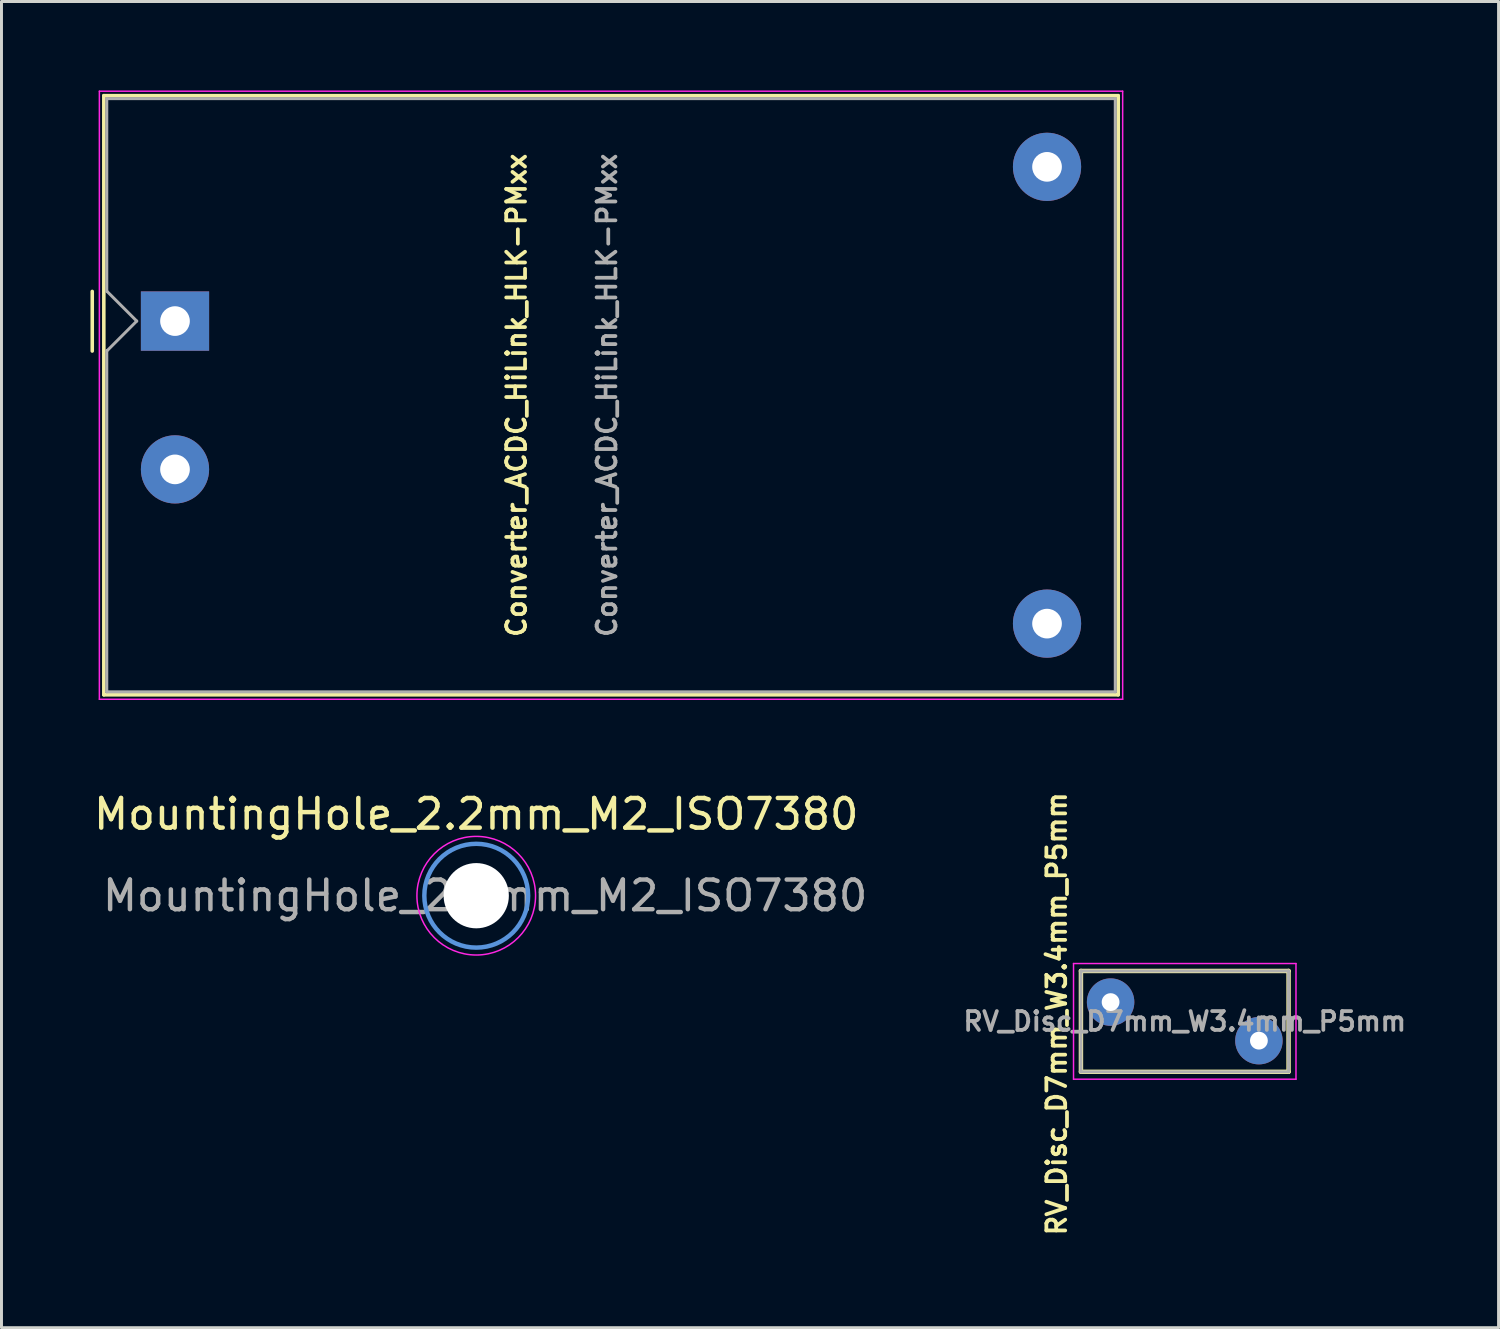
<source format=kicad_pcb>
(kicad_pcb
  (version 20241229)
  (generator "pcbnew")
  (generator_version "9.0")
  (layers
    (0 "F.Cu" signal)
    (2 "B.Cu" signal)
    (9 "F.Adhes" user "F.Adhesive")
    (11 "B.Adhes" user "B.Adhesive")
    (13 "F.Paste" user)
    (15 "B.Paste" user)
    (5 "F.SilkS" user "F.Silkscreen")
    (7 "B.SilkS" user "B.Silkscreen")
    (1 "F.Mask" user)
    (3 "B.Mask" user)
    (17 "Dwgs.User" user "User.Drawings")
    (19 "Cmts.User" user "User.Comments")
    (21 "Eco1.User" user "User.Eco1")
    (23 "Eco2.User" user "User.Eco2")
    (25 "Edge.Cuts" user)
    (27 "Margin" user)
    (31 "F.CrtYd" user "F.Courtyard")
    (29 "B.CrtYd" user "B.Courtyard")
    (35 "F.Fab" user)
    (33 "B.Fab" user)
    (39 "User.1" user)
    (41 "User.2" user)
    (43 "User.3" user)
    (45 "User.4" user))
  (footprint "MountingHole_2.2mm_M2_ISO7380"
    (layer "F.Cu")
    (at 13.006 27.148)
    (property "Reference" "MountingHole_2.2mm_M2_ISO7380" (at 0 -2.75 180) (layer "F.SilkS") (effects (font (size 1 1) (thickness 0.15))))
    (attr exclude_from_pos_files exclude_from_bom)
    (fp_circle (center 0 0) (end 1.75 0) (stroke (width 0.15) (type solid)) (fill no) (layer "Cmts.User"))
    (fp_circle (center 0 0) (end 2 0) (stroke (width 0.05) (type solid)) (fill no) (layer "F.CrtYd"))
    (fp_text user "${REFERENCE}" (at 0.3 0 180) (layer "F.Fab") (effects (font (size 1 1) (thickness 0.15))))
    (pad "" np_thru_hole circle (at 0 0) (size 2.2 2.2) (drill 2.2) (layers "*.Cu" "*.Mask")))
  (footprint "RV_Disc_D7mm_W3.4mm_P5mm"
    (layer "F.Cu")
    (at 34.393 30.735)
    (property "Reference" "RV_Disc_D7mm_W3.4mm_P5mm" (at -1.818 0.396 90) (layer "F.SilkS") (effects (font (size 0.635 0.635) (thickness 0.127))))
    (attr through_hole)
    (fp_line (start -1 -1.05) (end -1 2.35) (stroke (width 0.15) (type solid)) (layer "F.SilkS"))
    (fp_line (start -1 -1.05) (end 6 -1.05) (stroke (width 0.15) (type solid)) (layer "F.SilkS"))
    (fp_line (start -1 2.35) (end 6 2.35) (stroke (width 0.15) (type solid)) (layer "F.SilkS"))
    (fp_line (start 6 -1.05) (end 6 2.35) (stroke (width 0.15) (type solid)) (layer "F.SilkS"))
    (fp_line (start -1.25 -1.3) (end -1.25 2.6) (stroke (width 0.05) (type solid)) (layer "F.CrtYd"))
    (fp_line (start -1.25 -1.3) (end 6.25 -1.3) (stroke (width 0.05) (type solid)) (layer "F.CrtYd"))
    (fp_line (start -1.25 2.6) (end 6.25 2.6) (stroke (width 0.05) (type solid)) (layer "F.CrtYd"))
    (fp_line (start 6.25 -1.3) (end 6.25 2.6) (stroke (width 0.05) (type solid)) (layer "F.CrtYd"))
    (fp_line (start -1 -1.05) (end -1 2.35) (stroke (width 0.1) (type solid)) (layer "F.Fab"))
    (fp_line (start -1 -1.05) (end 6 -1.05) (stroke (width 0.1) (type solid)) (layer "F.Fab"))
    (fp_line (start -1 2.35) (end 6 2.35) (stroke (width 0.1) (type solid)) (layer "F.Fab"))
    (fp_line (start 6 -1.05) (end 6 2.35) (stroke (width 0.1) (type solid)) (layer "F.Fab"))
    (fp_text user "${REFERENCE}" (at 2.5 0.65 180) (layer "F.Fab") (effects (font (size 0.635 0.635) (thickness 0.127))))
    (pad "1" thru_hole circle (at 0 0) (size 1.6 1.6) (drill 0.6) (layers "*.Cu" "*.Mask"))
    (pad "2" thru_hole circle (at 5 1.3) (size 1.6 1.6) (drill 0.6) (layers "*.Cu" "*.Mask")))
  (footprint "Converter_ACDC_HiLink_HLK-PMxx"
    (layer "F.Cu")
    (at 2.85 7.775)
    (property "Reference" "Converter_ACDC_HiLink_HLK-PMxx" (at 11.514 2.5 90) (layer "F.SilkS") (effects (font (size 0.635 0.635) (thickness 0.127))))
    (attr through_hole)
    (fp_line (start -2.79 -1) (end -2.79 1.01) (stroke (width 0.12) (type solid)) (layer "F.SilkS"))
    (fp_line (start -2.4 -7.6) (end -2.4 12.6) (stroke (width 0.12) (type solid)) (layer "F.SilkS"))
    (fp_line (start -2.4 12.6) (end 31.8 12.6) (stroke (width 0.12) (type solid)) (layer "F.SilkS"))
    (fp_line (start 31.8 -7.6) (end -2.4 -7.6) (stroke (width 0.12) (type solid)) (layer "F.SilkS"))
    (fp_line (start 31.8 12.6) (end 31.8 -7.6) (stroke (width 0.12) (type solid)) (layer "F.SilkS"))
    (fp_line (start -2.55 -7.75) (end -2.55 12.75) (stroke (width 0.05) (type solid)) (layer "F.CrtYd"))
    (fp_line (start -2.55 12.75) (end 31.95 12.75) (stroke (width 0.05) (type solid)) (layer "F.CrtYd"))
    (fp_line (start 31.95 -7.75) (end -2.55 -7.75) (stroke (width 0.05) (type solid)) (layer "F.CrtYd"))
    (fp_line (start 31.95 12.75) (end 31.95 -7.75) (stroke (width 0.05) (type solid)) (layer "F.CrtYd"))
    (fp_line (start -2.3 -7.5) (end 31.7 -7.5) (stroke (width 0.1) (type solid)) (layer "F.Fab"))
    (fp_line (start -2.3 -1) (end -2.3 -7.5) (stroke (width 0.1) (type solid)) (layer "F.Fab"))
    (fp_line (start -2.3 12.5) (end -2.3 0.99) (stroke (width 0.1) (type solid)) (layer "F.Fab"))
    (fp_line (start -2.3 12.5) (end 31.7 12.5) (stroke (width 0.1) (type solid)) (layer "F.Fab"))
    (fp_line (start -2.29 -1) (end -1.29 0) (stroke (width 0.1) (type solid)) (layer "F.Fab"))
    (fp_line (start -1.29 0) (end -2.29 1) (stroke (width 0.1) (type solid)) (layer "F.Fab"))
    (fp_line (start 31.7 12.5) (end 31.7 -7.5) (stroke (width 0.1) (type solid)) (layer "F.Fab"))
    (fp_text user "${REFERENCE}" (at 14.562 2.5 90) (layer "F.Fab") (effects (font (size 0.635 0.635) (thickness 0.127))))
    (pad "1" thru_hole rect (at 0 0) (size 2.3 2) (drill 1) (layers "*.Cu" "*.Mask"))
    (pad "2" thru_hole circle (at 0 5) (size 2.3 2.3) (drill 1) (layers "*.Cu" "*.Mask"))
    (pad "3" thru_hole circle (at 29.4 -5.2) (size 2.3 2.3) (drill 1) (layers "*.Cu" "*.Mask"))
    (pad "4" thru_hole circle (at 29.4 10.2) (size 2.3 2.3) (drill 1) (layers "*.Cu" "*.Mask")))
  (gr_rect
    (start -3 -3)
    (end 47.473 41.711)
    (stroke (width 0.1) (type default))
    (fill no)
    (layer "Edge.Cuts")))
</source>
